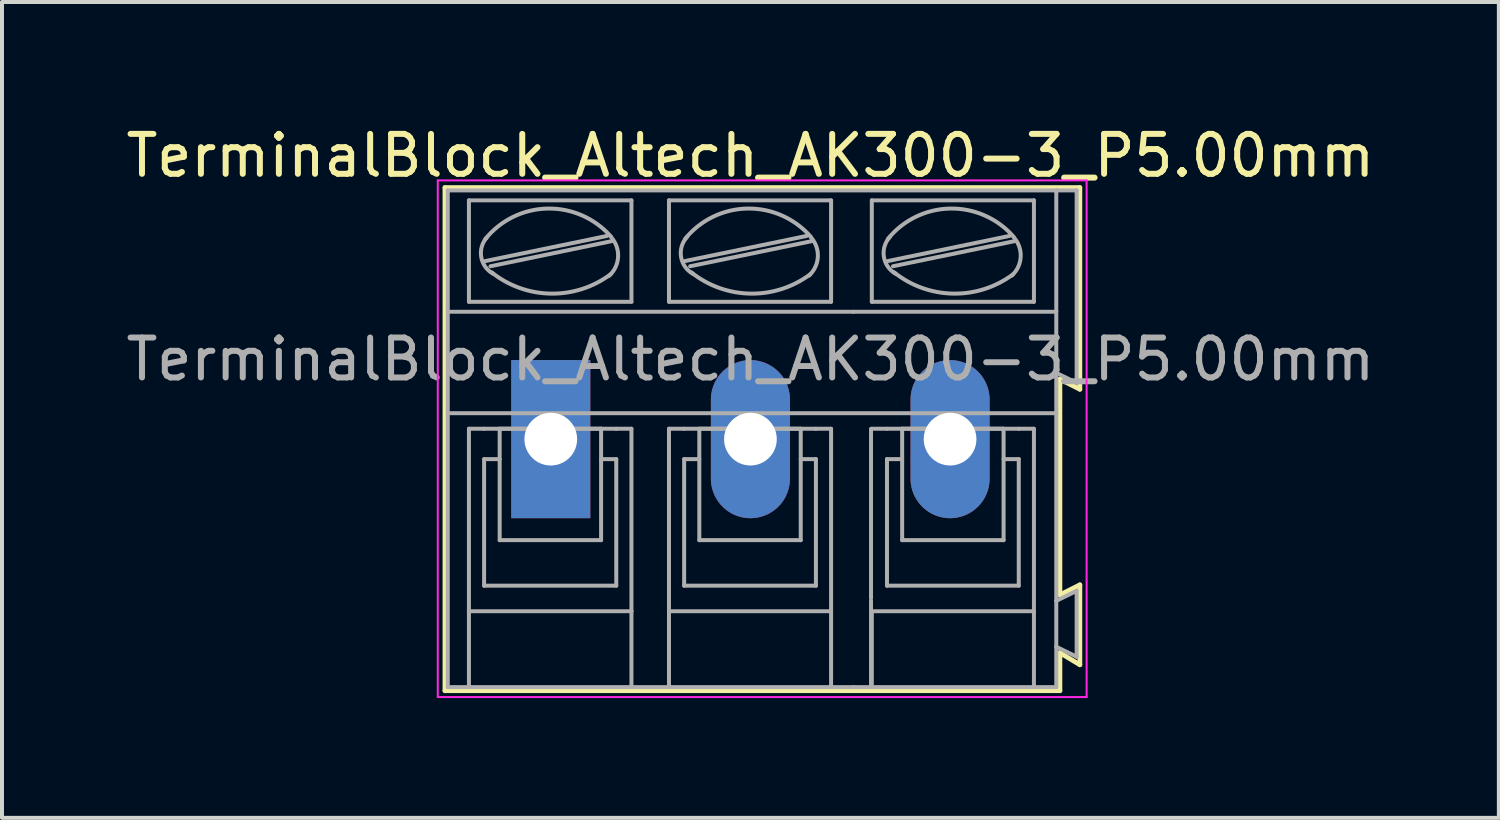
<source format=kicad_pcb>
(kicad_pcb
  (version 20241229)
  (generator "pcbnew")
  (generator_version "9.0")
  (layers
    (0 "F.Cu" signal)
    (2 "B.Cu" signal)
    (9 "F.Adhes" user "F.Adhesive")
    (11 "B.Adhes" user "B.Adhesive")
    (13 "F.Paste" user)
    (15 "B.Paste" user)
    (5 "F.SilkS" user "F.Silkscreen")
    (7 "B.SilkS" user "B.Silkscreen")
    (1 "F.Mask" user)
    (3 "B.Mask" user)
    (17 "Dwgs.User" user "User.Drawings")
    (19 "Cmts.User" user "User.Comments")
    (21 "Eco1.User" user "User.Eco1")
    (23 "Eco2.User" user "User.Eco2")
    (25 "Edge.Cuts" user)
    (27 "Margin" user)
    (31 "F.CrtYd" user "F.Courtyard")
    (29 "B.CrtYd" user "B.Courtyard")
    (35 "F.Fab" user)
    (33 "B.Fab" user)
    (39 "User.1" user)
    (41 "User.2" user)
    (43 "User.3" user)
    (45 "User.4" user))
  (footprint "TerminalBlock_Altech_AK300-3_P5.00mm"
    (layer "F.Cu")
    (at 10.744 7.948)
    (property "Reference" "TerminalBlock_Altech_AK300-3_P5.00mm" (at 5 -7.1 0) (layer "F.SilkS") (effects (font (size 1 1) (thickness 0.15))))
    (attr through_hole)
    (fp_line (start -2.65 -6.3) (end -2.65 6.3) (stroke (width 0.12) (type solid)) (layer "F.SilkS"))
    (fp_line (start -2.65 6.3) (end 12.75 6.3) (stroke (width 0.12) (type solid)) (layer "F.SilkS"))
    (fp_line (start 12.75 -1.5) (end 13.25 -1.25) (stroke (width 0.12) (type solid)) (layer "F.SilkS"))
    (fp_line (start 12.75 3.9) (end 12.75 -1.5) (stroke (width 0.12) (type solid)) (layer "F.SilkS"))
    (fp_line (start 12.75 5.35) (end 13.25 5.65) (stroke (width 0.12) (type solid)) (layer "F.SilkS"))
    (fp_line (start 12.75 6.3) (end 12.75 5.35) (stroke (width 0.12) (type solid)) (layer "F.SilkS"))
    (fp_line (start 13.25 -6.3) (end -2.65 -6.3) (stroke (width 0.12) (type solid)) (layer "F.SilkS"))
    (fp_line (start 13.25 -1.25) (end 13.25 -6.3) (stroke (width 0.12) (type solid)) (layer "F.SilkS"))
    (fp_line (start 13.25 3.65) (end 12.75 3.9) (stroke (width 0.12) (type solid)) (layer "F.SilkS"))
    (fp_line (start 13.25 5.65) (end 13.25 3.65) (stroke (width 0.12) (type solid)) (layer "F.SilkS"))
    (fp_line (start -2.83 -6.48) (end -2.83 6.46) (stroke (width 0.05) (type solid)) (layer "F.CrtYd"))
    (fp_line (start -2.83 -6.48) (end 13.42 -6.48) (stroke (width 0.05) (type solid)) (layer "F.CrtYd"))
    (fp_line (start 13.42 6.46) (end -2.83 6.46) (stroke (width 0.05) (type solid)) (layer "F.CrtYd"))
    (fp_line (start 13.42 6.46) (end 13.42 -6.48) (stroke (width 0.05) (type solid)) (layer "F.CrtYd"))
    (fp_line (start -2.58 -6.23) (end 12.66 -6.23) (stroke (width 0.1) (type solid)) (layer "F.Fab"))
    (fp_line (start -2.58 -3.19) (end -2.58 -6.23) (stroke (width 0.1) (type solid)) (layer "F.Fab"))
    (fp_line (start -2.58 -3.19) (end 7.58 -3.19) (stroke (width 0.1) (type solid)) (layer "F.Fab"))
    (fp_line (start -2.58 -0.65) (end -2.58 -3.19) (stroke (width 0.1) (type solid)) (layer "F.Fab"))
    (fp_line (start -2.58 6.21) (end -2.58 -0.65) (stroke (width 0.1) (type solid)) (layer "F.Fab"))
    (fp_line (start -2.58 6.21) (end -2.05 6.21) (stroke (width 0.1) (type solid)) (layer "F.Fab"))
    (fp_line (start -2.05 -3.44) (end -2.05 -5.98) (stroke (width 0.1) (type solid)) (layer "F.Fab"))
    (fp_line (start -2.05 -0.26) (end -2.05 4.31) (stroke (width 0.1) (type solid)) (layer "F.Fab"))
    (fp_line (start -2.05 -0.26) (end -1.67 -0.26) (stroke (width 0.1) (type solid)) (layer "F.Fab"))
    (fp_line (start -2.05 4.31) (end -2.05 6.21) (stroke (width 0.1) (type solid)) (layer "F.Fab"))
    (fp_line (start -2.05 6.21) (end 2.02 6.21) (stroke (width 0.1) (type solid)) (layer "F.Fab"))
    (fp_line (start -1.67 0.5) (end -1.28 0.5) (stroke (width 0.1) (type solid)) (layer "F.Fab"))
    (fp_line (start -1.67 3.67) (end -1.67 0.5) (stroke (width 0.1) (type solid)) (layer "F.Fab"))
    (fp_line (start -1.64 -4.46) (end 1.41 -5.09) (stroke (width 0.1) (type solid)) (layer "F.Fab"))
    (fp_line (start -1.51 -4.33) (end 1.53 -4.96) (stroke (width 0.1) (type solid)) (layer "F.Fab"))
    (fp_line (start -1.28 -0.26) (end 1.26 -0.26) (stroke (width 0.1) (type solid)) (layer "F.Fab"))
    (fp_line (start -1.28 2.53) (end -1.28 -0.26) (stroke (width 0.1) (type solid)) (layer "F.Fab"))
    (fp_line (start -1.28 2.53) (end 1.26 2.53) (stroke (width 0.1) (type solid)) (layer "F.Fab"))
    (fp_line (start 1.26 2.53) (end 1.26 -0.26) (stroke (width 0.1) (type solid)) (layer "F.Fab"))
    (fp_line (start 1.64 -0.26) (end -1.67 -0.26) (stroke (width 0.1) (type solid)) (layer "F.Fab"))
    (fp_line (start 1.64 0.5) (end 1.26 0.5) (stroke (width 0.1) (type solid)) (layer "F.Fab"))
    (fp_line (start 1.64 3.67) (end -1.67 3.67) (stroke (width 0.1) (type solid)) (layer "F.Fab"))
    (fp_line (start 1.64 3.67) (end 1.64 0.5) (stroke (width 0.1) (type solid)) (layer "F.Fab"))
    (fp_line (start 2.02 -5.98) (end -2.05 -5.98) (stroke (width 0.1) (type solid)) (layer "F.Fab"))
    (fp_line (start 2.02 -3.44) (end -2.05 -3.44) (stroke (width 0.1) (type solid)) (layer "F.Fab"))
    (fp_line (start 2.02 -3.44) (end 2.02 -5.98) (stroke (width 0.1) (type solid)) (layer "F.Fab"))
    (fp_line (start 2.02 -0.26) (end 1.64 -0.26) (stroke (width 0.1) (type solid)) (layer "F.Fab"))
    (fp_line (start 2.02 4.31) (end -2.05 4.31) (stroke (width 0.1) (type solid)) (layer "F.Fab"))
    (fp_line (start 2.02 4.31) (end 2.02 -0.26) (stroke (width 0.1) (type solid)) (layer "F.Fab"))
    (fp_line (start 2.02 6.21) (end 2.02 4.31) (stroke (width 0.1) (type solid)) (layer "F.Fab"))
    (fp_line (start 2.02 6.21) (end 2.96 6.21) (stroke (width 0.1) (type solid)) (layer "F.Fab"))
    (fp_line (start 2.96 -5.98) (end 7.02 -5.98) (stroke (width 0.1) (type solid)) (layer "F.Fab"))
    (fp_line (start 2.96 -3.44) (end 2.96 -5.98) (stroke (width 0.1) (type solid)) (layer "F.Fab"))
    (fp_line (start 2.96 -0.26) (end 3.34 -0.26) (stroke (width 0.1) (type solid)) (layer "F.Fab"))
    (fp_line (start 2.96 4.31) (end 2.96 -0.26) (stroke (width 0.1) (type solid)) (layer "F.Fab"))
    (fp_line (start 2.96 4.31) (end 7.02 4.31) (stroke (width 0.1) (type solid)) (layer "F.Fab"))
    (fp_line (start 2.96 6.21) (end 2.96 4.31) (stroke (width 0.1) (type solid)) (layer "F.Fab"))
    (fp_line (start 2.96 6.21) (end 7.02 6.21) (stroke (width 0.1) (type solid)) (layer "F.Fab"))
    (fp_line (start 3.34 -0.26) (end 6.64 -0.26) (stroke (width 0.1) (type solid)) (layer "F.Fab"))
    (fp_line (start 3.34 0.5) (end 3.72 0.5) (stroke (width 0.1) (type solid)) (layer "F.Fab"))
    (fp_line (start 3.34 3.67) (end 3.34 0.5) (stroke (width 0.1) (type solid)) (layer "F.Fab"))
    (fp_line (start 3.36 -4.46) (end 6.41 -5.09) (stroke (width 0.1) (type solid)) (layer "F.Fab"))
    (fp_line (start 3.49 -4.33) (end 6.54 -4.96) (stroke (width 0.1) (type solid)) (layer "F.Fab"))
    (fp_line (start 3.72 -0.26) (end 6.26 -0.26) (stroke (width 0.1) (type solid)) (layer "F.Fab"))
    (fp_line (start 3.72 2.53) (end 3.72 -0.26) (stroke (width 0.1) (type solid)) (layer "F.Fab"))
    (fp_line (start 3.72 2.53) (end 6.26 2.53) (stroke (width 0.1) (type solid)) (layer "F.Fab"))
    (fp_line (start 6.26 2.53) (end 6.26 -0.26) (stroke (width 0.1) (type solid)) (layer "F.Fab"))
    (fp_line (start 6.64 0.5) (end 6.26 0.5) (stroke (width 0.1) (type solid)) (layer "F.Fab"))
    (fp_line (start 6.64 3.67) (end 3.34 3.67) (stroke (width 0.1) (type solid)) (layer "F.Fab"))
    (fp_line (start 6.64 3.67) (end 6.64 0.5) (stroke (width 0.1) (type solid)) (layer "F.Fab"))
    (fp_line (start 7.02 -5.98) (end 7.02 -3.44) (stroke (width 0.1) (type solid)) (layer "F.Fab"))
    (fp_line (start 7.02 -3.44) (end 2.96 -3.44) (stroke (width 0.1) (type solid)) (layer "F.Fab"))
    (fp_line (start 7.02 -0.26) (end 6.64 -0.26) (stroke (width 0.1) (type solid)) (layer "F.Fab"))
    (fp_line (start 7.02 -0.26) (end 7.02 4.31) (stroke (width 0.1) (type solid)) (layer "F.Fab"))
    (fp_line (start 7.02 4.31) (end 7.02 6.21) (stroke (width 0.1) (type solid)) (layer "F.Fab"))
    (fp_line (start 7.02 6.21) (end 7.58 6.21) (stroke (width 0.1) (type solid)) (layer "F.Fab"))
    (fp_line (start 7.58 -3.19) (end 12.6 -3.19) (stroke (width 0.1) (type solid)) (layer "F.Fab"))
    (fp_line (start 8.02 3.99) (end 8.02 -0.26) (stroke (width 0.1) (type solid)) (layer "F.Fab"))
    (fp_line (start 8.02 4.05) (end 8.02 5.2) (stroke (width 0.1) (type solid)) (layer "F.Fab"))
    (fp_line (start 8.02 5.2) (end 8.02 6.21) (stroke (width 0.1) (type solid)) (layer "F.Fab"))
    (fp_line (start 8.04 -5.98) (end 12.1 -5.98) (stroke (width 0.1) (type solid)) (layer "F.Fab"))
    (fp_line (start 8.04 -3.44) (end 8.04 -5.98) (stroke (width 0.1) (type solid)) (layer "F.Fab"))
    (fp_line (start 8.04 -0.26) (end 8.42 -0.26) (stroke (width 0.1) (type solid)) (layer "F.Fab"))
    (fp_line (start 8.04 4.31) (end 12.1 4.31) (stroke (width 0.1) (type solid)) (layer "F.Fab"))
    (fp_line (start 8.04 6.21) (end 8.04 4.31) (stroke (width 0.1) (type solid)) (layer "F.Fab"))
    (fp_line (start 8.42 -0.26) (end 11.72 -0.26) (stroke (width 0.1) (type solid)) (layer "F.Fab"))
    (fp_line (start 8.42 0.5) (end 8.8 0.5) (stroke (width 0.1) (type solid)) (layer "F.Fab"))
    (fp_line (start 8.42 3.67) (end 8.42 0.5) (stroke (width 0.1) (type solid)) (layer "F.Fab"))
    (fp_line (start 8.44 -4.46) (end 11.49 -5.09) (stroke (width 0.1) (type solid)) (layer "F.Fab"))
    (fp_line (start 8.57 -4.33) (end 11.62 -4.96) (stroke (width 0.1) (type solid)) (layer "F.Fab"))
    (fp_line (start 8.8 -0.26) (end 11.34 -0.26) (stroke (width 0.1) (type solid)) (layer "F.Fab"))
    (fp_line (start 8.8 2.53) (end 8.8 -0.26) (stroke (width 0.1) (type solid)) (layer "F.Fab"))
    (fp_line (start 8.8 2.53) (end 11.34 2.53) (stroke (width 0.1) (type solid)) (layer "F.Fab"))
    (fp_line (start 11.34 2.53) (end 11.34 -0.26) (stroke (width 0.1) (type solid)) (layer "F.Fab"))
    (fp_line (start 11.72 0.5) (end 11.34 0.5) (stroke (width 0.1) (type solid)) (layer "F.Fab"))
    (fp_line (start 11.72 3.67) (end 8.42 3.67) (stroke (width 0.1) (type solid)) (layer "F.Fab"))
    (fp_line (start 11.72 3.67) (end 11.72 0.5) (stroke (width 0.1) (type solid)) (layer "F.Fab"))
    (fp_line (start 12.09 6.21) (end 7.58 6.21) (stroke (width 0.1) (type solid)) (layer "F.Fab"))
    (fp_line (start 12.1 -5.98) (end 12.1 -3.44) (stroke (width 0.1) (type solid)) (layer "F.Fab"))
    (fp_line (start 12.1 -3.44) (end 8.04 -3.44) (stroke (width 0.1) (type solid)) (layer "F.Fab"))
    (fp_line (start 12.1 -0.26) (end 11.72 -0.26) (stroke (width 0.1) (type solid)) (layer "F.Fab"))
    (fp_line (start 12.1 -0.26) (end 12.1 4.31) (stroke (width 0.1) (type solid)) (layer "F.Fab"))
    (fp_line (start 12.1 4.31) (end 12.1 6.21) (stroke (width 0.1) (type solid)) (layer "F.Fab"))
    (fp_line (start 12.1 6.21) (end 12.66 6.21) (stroke (width 0.1) (type solid)) (layer "F.Fab"))
    (fp_line (start 12.66 -6.23) (end 12.66 -3.19) (stroke (width 0.1) (type solid)) (layer "F.Fab"))
    (fp_line (start 12.66 -6.23) (end 13.17 -6.23) (stroke (width 0.1) (type solid)) (layer "F.Fab"))
    (fp_line (start 12.66 -3.19) (end 12.66 -1.66) (stroke (width 0.1) (type solid)) (layer "F.Fab"))
    (fp_line (start 12.66 -1.66) (end 12.66 -0.65) (stroke (width 0.1) (type solid)) (layer "F.Fab"))
    (fp_line (start 12.66 -0.65) (end -2.52 -0.65) (stroke (width 0.1) (type solid)) (layer "F.Fab"))
    (fp_line (start 12.66 -0.65) (end 12.66 4.05) (stroke (width 0.1) (type solid)) (layer "F.Fab"))
    (fp_line (start 12.66 4.05) (end 12.66 5.2) (stroke (width 0.1) (type solid)) (layer "F.Fab"))
    (fp_line (start 12.66 5.2) (end 12.66 6.21) (stroke (width 0.1) (type solid)) (layer "F.Fab"))
    (fp_line (start 13.17 -6.23) (end 13.17 -1.41) (stroke (width 0.1) (type solid)) (layer "F.Fab"))
    (fp_line (start 13.17 -1.41) (end 12.66 -1.66) (stroke (width 0.1) (type solid)) (layer "F.Fab"))
    (fp_line (start 13.17 3.8) (end 12.66 4.05) (stroke (width 0.1) (type solid)) (layer "F.Fab"))
    (fp_line (start 13.17 3.8) (end 13.17 5.45) (stroke (width 0.1) (type solid)) (layer "F.Fab"))
    (fp_line (start 13.17 5.45) (end 12.66 5.2) (stroke (width 0.1) (type solid)) (layer "F.Fab"))
    (fp_arc (start -1.64 -5.01) (mid -0.080263 -5.774867) (end 1.508239 -5.071686) (stroke (width 0.1) (type solid)) (layer "F.Fab"))
    (fp_arc (start -1.44 -4.14) (mid -1.742324 -4.561515) (end -1.595426 -5.059005) (stroke (width 0.1) (type solid)) (layer "F.Fab"))
    (fp_arc (start 1.5 -4.13) (mid 0.000583 -3.644318) (end -1.482333 -4.178263) (stroke (width 0.1) (type solid)) (layer "F.Fab"))
    (fp_arc (start 1.51 -5.06) (mid 1.685733 -4.561652) (end 1.455532 -4.086005) (stroke (width 0.1) (type solid)) (layer "F.Fab"))
    (fp_arc (start 3.36 -5.01) (mid 4.919737 -5.774867) (end 6.508239 -5.071686) (stroke (width 0.1) (type solid)) (layer "F.Fab"))
    (fp_arc (start 3.56 -4.14) (mid 3.261534 -4.569406) (end 3.417028 -5.068699) (stroke (width 0.1) (type solid)) (layer "F.Fab"))
    (fp_arc (start 6.5 -4.13) (mid 5.000583 -3.644318) (end 3.517667 -4.178263) (stroke (width 0.1) (type solid)) (layer "F.Fab"))
    (fp_arc (start 6.51 -5.06) (mid 6.688693 -4.568754) (end 6.465619 -4.096005) (stroke (width 0.1) (type solid)) (layer "F.Fab"))
    (fp_arc (start 8.44 -5.01) (mid 9.999737 -5.774867) (end 11.588239 -5.071686) (stroke (width 0.1) (type solid)) (layer "F.Fab"))
    (fp_arc (start 8.64 -4.14) (mid 8.341534 -4.569406) (end 8.497028 -5.068699) (stroke (width 0.1) (type solid)) (layer "F.Fab"))
    (fp_arc (start 11.58 -4.13) (mid 10.080583 -3.644318) (end 8.597667 -4.178263) (stroke (width 0.1) (type solid)) (layer "F.Fab"))
    (fp_arc (start 11.59 -5.06) (mid 11.768693 -4.568754) (end 11.545619 -4.096005) (stroke (width 0.1) (type solid)) (layer "F.Fab"))
    (fp_text user "${REFERENCE}" (at 5 -2 0) (layer "F.Fab") (effects (font (size 1 1) (thickness 0.15))))
    (pad "1" thru_hole rect (at 0 0) (size 1.98 3.96) (drill 1.32) (layers "*.Cu" "*.Mask"))
    (pad "2" thru_hole oval (at 5 0) (size 1.98 3.96) (drill 1.32) (layers "*.Cu" "*.Mask"))
    (pad "3" thru_hole oval (at 10 0) (size 1.98 3.96) (drill 1.32) (layers "*.Cu" "*.Mask")))
  (gr_rect
    (start -3 -3)
    (end 34.488 17.433)
    (stroke (width 0.1) (type default))
    (fill no)
    (layer "Edge.Cuts")))
</source>
